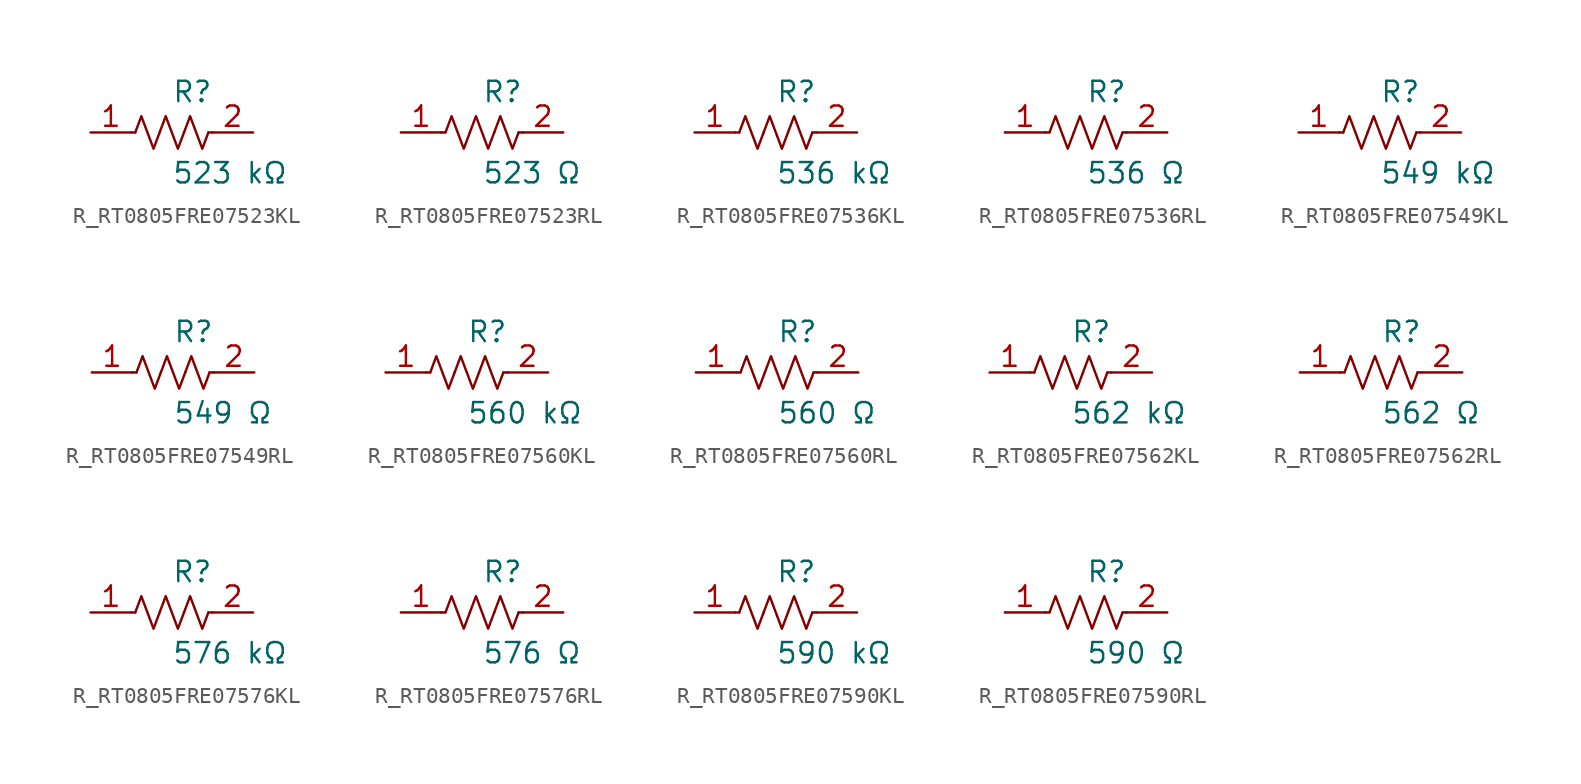
<source format=kicad_sym>
(kicad_symbol_lib
  (version 20231120)
  (generator kicad_symbol_editor)
  (generator_version 8.0)
  (symbol "R_RT0805FRE07523KL"
    (pin_names
      (offset 0.254))
    (property "Reference" "R"
      (at 0 2.54 0)
      (effects (font (size 1.27 1.27)) (justify left)))
    (property "Value" "523 kΩ"
      (at 0 -2.54 0)
      (effects (font (size 1.27 1.27)) (justify left)))
    (symbol "R_RT0805FRE07523KL_0_1"
      (polyline (pts (xy 2.286 0) (xy 2.54 0)) (stroke (width 0) (type default)) (fill (type none)))
      (polyline (pts (xy -2.286 0) (xy -2.54 0)) (stroke (width 0) (type default)) (fill (type none)))
      (polyline (pts (xy 0.762 0) (xy 1.143 1.016) (xy 1.524 0) (xy 1.905 -1.016) (xy 2.286 0)) (stroke (width 0) (type default)) (fill (type none)))
      (polyline (pts (xy -0.762 0) (xy -0.381 1.016) (xy 0 0) (xy 0.381 -1.016) (xy 0.762 0)) (stroke (width 0) (type default)) (fill (type none)))
      (polyline (pts (xy -2.286 0) (xy -1.905 1.016) (xy -1.524 0) (xy -1.143 -1.016) (xy -0.762 0)) (stroke (width 0) (type default)) (fill (type none))))
    (pin passive line
      (at -5.08 0 0)
      (length 2.54)
      (name "" (effects (font (size 1.27 1.27))))
      (number "1" (effects (font (size 1.27 1.27)))))
    (pin passive line
      (at 5.08 0 180)
      (length 2.54)
      (name "" (effects (font (size 1.27 1.27))))
      (number "2" (effects (font (size 1.27 1.27))))))
  (symbol "R_RT0805FRE07523RL"
    (pin_names
      (offset 0.254))
    (property "Reference" "R"
      (at 0 2.54 0)
      (effects (font (size 1.27 1.27)) (justify left)))
    (property "Value" "523 Ω"
      (at 0 -2.54 0)
      (effects (font (size 1.27 1.27)) (justify left)))
    (symbol "R_RT0805FRE07523RL_0_1"
      (polyline (pts (xy 2.286 0) (xy 2.54 0)) (stroke (width 0) (type default)) (fill (type none)))
      (polyline (pts (xy -2.286 0) (xy -2.54 0)) (stroke (width 0) (type default)) (fill (type none)))
      (polyline (pts (xy 0.762 0) (xy 1.143 1.016) (xy 1.524 0) (xy 1.905 -1.016) (xy 2.286 0)) (stroke (width 0) (type default)) (fill (type none)))
      (polyline (pts (xy -0.762 0) (xy -0.381 1.016) (xy 0 0) (xy 0.381 -1.016) (xy 0.762 0)) (stroke (width 0) (type default)) (fill (type none)))
      (polyline (pts (xy -2.286 0) (xy -1.905 1.016) (xy -1.524 0) (xy -1.143 -1.016) (xy -0.762 0)) (stroke (width 0) (type default)) (fill (type none))))
    (pin passive line
      (at -5.08 0 0)
      (length 2.54)
      (name "" (effects (font (size 1.27 1.27))))
      (number "1" (effects (font (size 1.27 1.27)))))
    (pin passive line
      (at 5.08 0 180)
      (length 2.54)
      (name "" (effects (font (size 1.27 1.27))))
      (number "2" (effects (font (size 1.27 1.27))))))
  (symbol "R_RT0805FRE07536KL"
    (pin_names
      (offset 0.254))
    (property "Reference" "R"
      (at 0 2.54 0)
      (effects (font (size 1.27 1.27)) (justify left)))
    (property "Value" "536 kΩ"
      (at 0 -2.54 0)
      (effects (font (size 1.27 1.27)) (justify left)))
    (symbol "R_RT0805FRE07536KL_0_1"
      (polyline (pts (xy 2.286 0) (xy 2.54 0)) (stroke (width 0) (type default)) (fill (type none)))
      (polyline (pts (xy -2.286 0) (xy -2.54 0)) (stroke (width 0) (type default)) (fill (type none)))
      (polyline (pts (xy 0.762 0) (xy 1.143 1.016) (xy 1.524 0) (xy 1.905 -1.016) (xy 2.286 0)) (stroke (width 0) (type default)) (fill (type none)))
      (polyline (pts (xy -0.762 0) (xy -0.381 1.016) (xy 0 0) (xy 0.381 -1.016) (xy 0.762 0)) (stroke (width 0) (type default)) (fill (type none)))
      (polyline (pts (xy -2.286 0) (xy -1.905 1.016) (xy -1.524 0) (xy -1.143 -1.016) (xy -0.762 0)) (stroke (width 0) (type default)) (fill (type none))))
    (pin passive line
      (at -5.08 0 0)
      (length 2.54)
      (name "" (effects (font (size 1.27 1.27))))
      (number "1" (effects (font (size 1.27 1.27)))))
    (pin passive line
      (at 5.08 0 180)
      (length 2.54)
      (name "" (effects (font (size 1.27 1.27))))
      (number "2" (effects (font (size 1.27 1.27))))))
  (symbol "R_RT0805FRE07536RL"
    (pin_names
      (offset 0.254))
    (property "Reference" "R"
      (at 0 2.54 0)
      (effects (font (size 1.27 1.27)) (justify left)))
    (property "Value" "536 Ω"
      (at 0 -2.54 0)
      (effects (font (size 1.27 1.27)) (justify left)))
    (symbol "R_RT0805FRE07536RL_0_1"
      (polyline (pts (xy 2.286 0) (xy 2.54 0)) (stroke (width 0) (type default)) (fill (type none)))
      (polyline (pts (xy -2.286 0) (xy -2.54 0)) (stroke (width 0) (type default)) (fill (type none)))
      (polyline (pts (xy 0.762 0) (xy 1.143 1.016) (xy 1.524 0) (xy 1.905 -1.016) (xy 2.286 0)) (stroke (width 0) (type default)) (fill (type none)))
      (polyline (pts (xy -0.762 0) (xy -0.381 1.016) (xy 0 0) (xy 0.381 -1.016) (xy 0.762 0)) (stroke (width 0) (type default)) (fill (type none)))
      (polyline (pts (xy -2.286 0) (xy -1.905 1.016) (xy -1.524 0) (xy -1.143 -1.016) (xy -0.762 0)) (stroke (width 0) (type default)) (fill (type none))))
    (pin passive line
      (at -5.08 0 0)
      (length 2.54)
      (name "" (effects (font (size 1.27 1.27))))
      (number "1" (effects (font (size 1.27 1.27)))))
    (pin passive line
      (at 5.08 0 180)
      (length 2.54)
      (name "" (effects (font (size 1.27 1.27))))
      (number "2" (effects (font (size 1.27 1.27))))))
  (symbol "R_RT0805FRE07549KL"
    (pin_names
      (offset 0.254))
    (property "Reference" "R"
      (at 0 2.54 0)
      (effects (font (size 1.27 1.27)) (justify left)))
    (property "Value" "549 kΩ"
      (at 0 -2.54 0)
      (effects (font (size 1.27 1.27)) (justify left)))
    (symbol "R_RT0805FRE07549KL_0_1"
      (polyline (pts (xy 2.286 0) (xy 2.54 0)) (stroke (width 0) (type default)) (fill (type none)))
      (polyline (pts (xy -2.286 0) (xy -2.54 0)) (stroke (width 0) (type default)) (fill (type none)))
      (polyline (pts (xy 0.762 0) (xy 1.143 1.016) (xy 1.524 0) (xy 1.905 -1.016) (xy 2.286 0)) (stroke (width 0) (type default)) (fill (type none)))
      (polyline (pts (xy -0.762 0) (xy -0.381 1.016) (xy 0 0) (xy 0.381 -1.016) (xy 0.762 0)) (stroke (width 0) (type default)) (fill (type none)))
      (polyline (pts (xy -2.286 0) (xy -1.905 1.016) (xy -1.524 0) (xy -1.143 -1.016) (xy -0.762 0)) (stroke (width 0) (type default)) (fill (type none))))
    (pin passive line
      (at -5.08 0 0)
      (length 2.54)
      (name "" (effects (font (size 1.27 1.27))))
      (number "1" (effects (font (size 1.27 1.27)))))
    (pin passive line
      (at 5.08 0 180)
      (length 2.54)
      (name "" (effects (font (size 1.27 1.27))))
      (number "2" (effects (font (size 1.27 1.27))))))
  (symbol "R_RT0805FRE07549RL"
    (pin_names
      (offset 0.254))
    (property "Reference" "R"
      (at 0 2.54 0)
      (effects (font (size 1.27 1.27)) (justify left)))
    (property "Value" "549 Ω"
      (at 0 -2.54 0)
      (effects (font (size 1.27 1.27)) (justify left)))
    (symbol "R_RT0805FRE07549RL_0_1"
      (polyline (pts (xy 2.286 0) (xy 2.54 0)) (stroke (width 0) (type default)) (fill (type none)))
      (polyline (pts (xy -2.286 0) (xy -2.54 0)) (stroke (width 0) (type default)) (fill (type none)))
      (polyline (pts (xy 0.762 0) (xy 1.143 1.016) (xy 1.524 0) (xy 1.905 -1.016) (xy 2.286 0)) (stroke (width 0) (type default)) (fill (type none)))
      (polyline (pts (xy -0.762 0) (xy -0.381 1.016) (xy 0 0) (xy 0.381 -1.016) (xy 0.762 0)) (stroke (width 0) (type default)) (fill (type none)))
      (polyline (pts (xy -2.286 0) (xy -1.905 1.016) (xy -1.524 0) (xy -1.143 -1.016) (xy -0.762 0)) (stroke (width 0) (type default)) (fill (type none))))
    (pin passive line
      (at -5.08 0 0)
      (length 2.54)
      (name "" (effects (font (size 1.27 1.27))))
      (number "1" (effects (font (size 1.27 1.27)))))
    (pin passive line
      (at 5.08 0 180)
      (length 2.54)
      (name "" (effects (font (size 1.27 1.27))))
      (number "2" (effects (font (size 1.27 1.27))))))
  (symbol "R_RT0805FRE07560KL"
    (pin_names
      (offset 0.254))
    (property "Reference" "R"
      (at 0 2.54 0)
      (effects (font (size 1.27 1.27)) (justify left)))
    (property "Value" "560 kΩ"
      (at 0 -2.54 0)
      (effects (font (size 1.27 1.27)) (justify left)))
    (symbol "R_RT0805FRE07560KL_0_1"
      (polyline (pts (xy 2.286 0) (xy 2.54 0)) (stroke (width 0) (type default)) (fill (type none)))
      (polyline (pts (xy -2.286 0) (xy -2.54 0)) (stroke (width 0) (type default)) (fill (type none)))
      (polyline (pts (xy 0.762 0) (xy 1.143 1.016) (xy 1.524 0) (xy 1.905 -1.016) (xy 2.286 0)) (stroke (width 0) (type default)) (fill (type none)))
      (polyline (pts (xy -0.762 0) (xy -0.381 1.016) (xy 0 0) (xy 0.381 -1.016) (xy 0.762 0)) (stroke (width 0) (type default)) (fill (type none)))
      (polyline (pts (xy -2.286 0) (xy -1.905 1.016) (xy -1.524 0) (xy -1.143 -1.016) (xy -0.762 0)) (stroke (width 0) (type default)) (fill (type none))))
    (pin passive line
      (at -5.08 0 0)
      (length 2.54)
      (name "" (effects (font (size 1.27 1.27))))
      (number "1" (effects (font (size 1.27 1.27)))))
    (pin passive line
      (at 5.08 0 180)
      (length 2.54)
      (name "" (effects (font (size 1.27 1.27))))
      (number "2" (effects (font (size 1.27 1.27))))))
  (symbol "R_RT0805FRE07560RL"
    (pin_names
      (offset 0.254))
    (property "Reference" "R"
      (at 0 2.54 0)
      (effects (font (size 1.27 1.27)) (justify left)))
    (property "Value" "560 Ω"
      (at 0 -2.54 0)
      (effects (font (size 1.27 1.27)) (justify left)))
    (symbol "R_RT0805FRE07560RL_0_1"
      (polyline (pts (xy 2.286 0) (xy 2.54 0)) (stroke (width 0) (type default)) (fill (type none)))
      (polyline (pts (xy -2.286 0) (xy -2.54 0)) (stroke (width 0) (type default)) (fill (type none)))
      (polyline (pts (xy 0.762 0) (xy 1.143 1.016) (xy 1.524 0) (xy 1.905 -1.016) (xy 2.286 0)) (stroke (width 0) (type default)) (fill (type none)))
      (polyline (pts (xy -0.762 0) (xy -0.381 1.016) (xy 0 0) (xy 0.381 -1.016) (xy 0.762 0)) (stroke (width 0) (type default)) (fill (type none)))
      (polyline (pts (xy -2.286 0) (xy -1.905 1.016) (xy -1.524 0) (xy -1.143 -1.016) (xy -0.762 0)) (stroke (width 0) (type default)) (fill (type none))))
    (pin passive line
      (at -5.08 0 0)
      (length 2.54)
      (name "" (effects (font (size 1.27 1.27))))
      (number "1" (effects (font (size 1.27 1.27)))))
    (pin passive line
      (at 5.08 0 180)
      (length 2.54)
      (name "" (effects (font (size 1.27 1.27))))
      (number "2" (effects (font (size 1.27 1.27))))))
  (symbol "R_RT0805FRE07562KL"
    (pin_names
      (offset 0.254))
    (property "Reference" "R"
      (at 0 2.54 0)
      (effects (font (size 1.27 1.27)) (justify left)))
    (property "Value" "562 kΩ"
      (at 0 -2.54 0)
      (effects (font (size 1.27 1.27)) (justify left)))
    (symbol "R_RT0805FRE07562KL_0_1"
      (polyline (pts (xy 2.286 0) (xy 2.54 0)) (stroke (width 0) (type default)) (fill (type none)))
      (polyline (pts (xy -2.286 0) (xy -2.54 0)) (stroke (width 0) (type default)) (fill (type none)))
      (polyline (pts (xy 0.762 0) (xy 1.143 1.016) (xy 1.524 0) (xy 1.905 -1.016) (xy 2.286 0)) (stroke (width 0) (type default)) (fill (type none)))
      (polyline (pts (xy -0.762 0) (xy -0.381 1.016) (xy 0 0) (xy 0.381 -1.016) (xy 0.762 0)) (stroke (width 0) (type default)) (fill (type none)))
      (polyline (pts (xy -2.286 0) (xy -1.905 1.016) (xy -1.524 0) (xy -1.143 -1.016) (xy -0.762 0)) (stroke (width 0) (type default)) (fill (type none))))
    (pin passive line
      (at -5.08 0 0)
      (length 2.54)
      (name "" (effects (font (size 1.27 1.27))))
      (number "1" (effects (font (size 1.27 1.27)))))
    (pin passive line
      (at 5.08 0 180)
      (length 2.54)
      (name "" (effects (font (size 1.27 1.27))))
      (number "2" (effects (font (size 1.27 1.27))))))
  (symbol "R_RT0805FRE07562RL"
    (pin_names
      (offset 0.254))
    (property "Reference" "R"
      (at 0 2.54 0)
      (effects (font (size 1.27 1.27)) (justify left)))
    (property "Value" "562 Ω"
      (at 0 -2.54 0)
      (effects (font (size 1.27 1.27)) (justify left)))
    (symbol "R_RT0805FRE07562RL_0_1"
      (polyline (pts (xy 2.286 0) (xy 2.54 0)) (stroke (width 0) (type default)) (fill (type none)))
      (polyline (pts (xy -2.286 0) (xy -2.54 0)) (stroke (width 0) (type default)) (fill (type none)))
      (polyline (pts (xy 0.762 0) (xy 1.143 1.016) (xy 1.524 0) (xy 1.905 -1.016) (xy 2.286 0)) (stroke (width 0) (type default)) (fill (type none)))
      (polyline (pts (xy -0.762 0) (xy -0.381 1.016) (xy 0 0) (xy 0.381 -1.016) (xy 0.762 0)) (stroke (width 0) (type default)) (fill (type none)))
      (polyline (pts (xy -2.286 0) (xy -1.905 1.016) (xy -1.524 0) (xy -1.143 -1.016) (xy -0.762 0)) (stroke (width 0) (type default)) (fill (type none))))
    (pin passive line
      (at -5.08 0 0)
      (length 2.54)
      (name "" (effects (font (size 1.27 1.27))))
      (number "1" (effects (font (size 1.27 1.27)))))
    (pin passive line
      (at 5.08 0 180)
      (length 2.54)
      (name "" (effects (font (size 1.27 1.27))))
      (number "2" (effects (font (size 1.27 1.27))))))
  (symbol "R_RT0805FRE07576KL"
    (pin_names
      (offset 0.254))
    (property "Reference" "R"
      (at 0 2.54 0)
      (effects (font (size 1.27 1.27)) (justify left)))
    (property "Value" "576 kΩ"
      (at 0 -2.54 0)
      (effects (font (size 1.27 1.27)) (justify left)))
    (symbol "R_RT0805FRE07576KL_0_1"
      (polyline (pts (xy 2.286 0) (xy 2.54 0)) (stroke (width 0) (type default)) (fill (type none)))
      (polyline (pts (xy -2.286 0) (xy -2.54 0)) (stroke (width 0) (type default)) (fill (type none)))
      (polyline (pts (xy 0.762 0) (xy 1.143 1.016) (xy 1.524 0) (xy 1.905 -1.016) (xy 2.286 0)) (stroke (width 0) (type default)) (fill (type none)))
      (polyline (pts (xy -0.762 0) (xy -0.381 1.016) (xy 0 0) (xy 0.381 -1.016) (xy 0.762 0)) (stroke (width 0) (type default)) (fill (type none)))
      (polyline (pts (xy -2.286 0) (xy -1.905 1.016) (xy -1.524 0) (xy -1.143 -1.016) (xy -0.762 0)) (stroke (width 0) (type default)) (fill (type none))))
    (pin passive line
      (at -5.08 0 0)
      (length 2.54)
      (name "" (effects (font (size 1.27 1.27))))
      (number "1" (effects (font (size 1.27 1.27)))))
    (pin passive line
      (at 5.08 0 180)
      (length 2.54)
      (name "" (effects (font (size 1.27 1.27))))
      (number "2" (effects (font (size 1.27 1.27))))))
  (symbol "R_RT0805FRE07576RL"
    (pin_names
      (offset 0.254))
    (property "Reference" "R"
      (at 0 2.54 0)
      (effects (font (size 1.27 1.27)) (justify left)))
    (property "Value" "576 Ω"
      (at 0 -2.54 0)
      (effects (font (size 1.27 1.27)) (justify left)))
    (symbol "R_RT0805FRE07576RL_0_1"
      (polyline (pts (xy 2.286 0) (xy 2.54 0)) (stroke (width 0) (type default)) (fill (type none)))
      (polyline (pts (xy -2.286 0) (xy -2.54 0)) (stroke (width 0) (type default)) (fill (type none)))
      (polyline (pts (xy 0.762 0) (xy 1.143 1.016) (xy 1.524 0) (xy 1.905 -1.016) (xy 2.286 0)) (stroke (width 0) (type default)) (fill (type none)))
      (polyline (pts (xy -0.762 0) (xy -0.381 1.016) (xy 0 0) (xy 0.381 -1.016) (xy 0.762 0)) (stroke (width 0) (type default)) (fill (type none)))
      (polyline (pts (xy -2.286 0) (xy -1.905 1.016) (xy -1.524 0) (xy -1.143 -1.016) (xy -0.762 0)) (stroke (width 0) (type default)) (fill (type none))))
    (pin passive line
      (at -5.08 0 0)
      (length 2.54)
      (name "" (effects (font (size 1.27 1.27))))
      (number "1" (effects (font (size 1.27 1.27)))))
    (pin passive line
      (at 5.08 0 180)
      (length 2.54)
      (name "" (effects (font (size 1.27 1.27))))
      (number "2" (effects (font (size 1.27 1.27))))))
  (symbol "R_RT0805FRE07590KL"
    (pin_names
      (offset 0.254))
    (property "Reference" "R"
      (at 0 2.54 0)
      (effects (font (size 1.27 1.27)) (justify left)))
    (property "Value" "590 kΩ"
      (at 0 -2.54 0)
      (effects (font (size 1.27 1.27)) (justify left)))
    (symbol "R_RT0805FRE07590KL_0_1"
      (polyline (pts (xy 2.286 0) (xy 2.54 0)) (stroke (width 0) (type default)) (fill (type none)))
      (polyline (pts (xy -2.286 0) (xy -2.54 0)) (stroke (width 0) (type default)) (fill (type none)))
      (polyline (pts (xy 0.762 0) (xy 1.143 1.016) (xy 1.524 0) (xy 1.905 -1.016) (xy 2.286 0)) (stroke (width 0) (type default)) (fill (type none)))
      (polyline (pts (xy -0.762 0) (xy -0.381 1.016) (xy 0 0) (xy 0.381 -1.016) (xy 0.762 0)) (stroke (width 0) (type default)) (fill (type none)))
      (polyline (pts (xy -2.286 0) (xy -1.905 1.016) (xy -1.524 0) (xy -1.143 -1.016) (xy -0.762 0)) (stroke (width 0) (type default)) (fill (type none))))
    (pin passive line
      (at -5.08 0 0)
      (length 2.54)
      (name "" (effects (font (size 1.27 1.27))))
      (number "1" (effects (font (size 1.27 1.27)))))
    (pin passive line
      (at 5.08 0 180)
      (length 2.54)
      (name "" (effects (font (size 1.27 1.27))))
      (number "2" (effects (font (size 1.27 1.27))))))
  (symbol "R_RT0805FRE07590RL"
    (pin_names
      (offset 0.254))
    (property "Reference" "R"
      (at 0 2.54 0)
      (effects (font (size 1.27 1.27)) (justify left)))
    (property "Value" "590 Ω"
      (at 0 -2.54 0)
      (effects (font (size 1.27 1.27)) (justify left)))
    (symbol "R_RT0805FRE07590RL_0_1"
      (polyline (pts (xy 2.286 0) (xy 2.54 0)) (stroke (width 0) (type default)) (fill (type none)))
      (polyline (pts (xy -2.286 0) (xy -2.54 0)) (stroke (width 0) (type default)) (fill (type none)))
      (polyline (pts (xy 0.762 0) (xy 1.143 1.016) (xy 1.524 0) (xy 1.905 -1.016) (xy 2.286 0)) (stroke (width 0) (type default)) (fill (type none)))
      (polyline (pts (xy -0.762 0) (xy -0.381 1.016) (xy 0 0) (xy 0.381 -1.016) (xy 0.762 0)) (stroke (width 0) (type default)) (fill (type none)))
      (polyline (pts (xy -2.286 0) (xy -1.905 1.016) (xy -1.524 0) (xy -1.143 -1.016) (xy -0.762 0)) (stroke (width 0) (type default)) (fill (type none))))
    (pin passive line
      (at -5.08 0 0)
      (length 2.54)
      (name "" (effects (font (size 1.27 1.27))))
      (number "1" (effects (font (size 1.27 1.27)))))
    (pin passive line
      (at 5.08 0 180)
      (length 2.54)
      (name "" (effects (font (size 1.27 1.27))))
      (number "2" (effects (font (size 1.27 1.27)))))))
</source>
